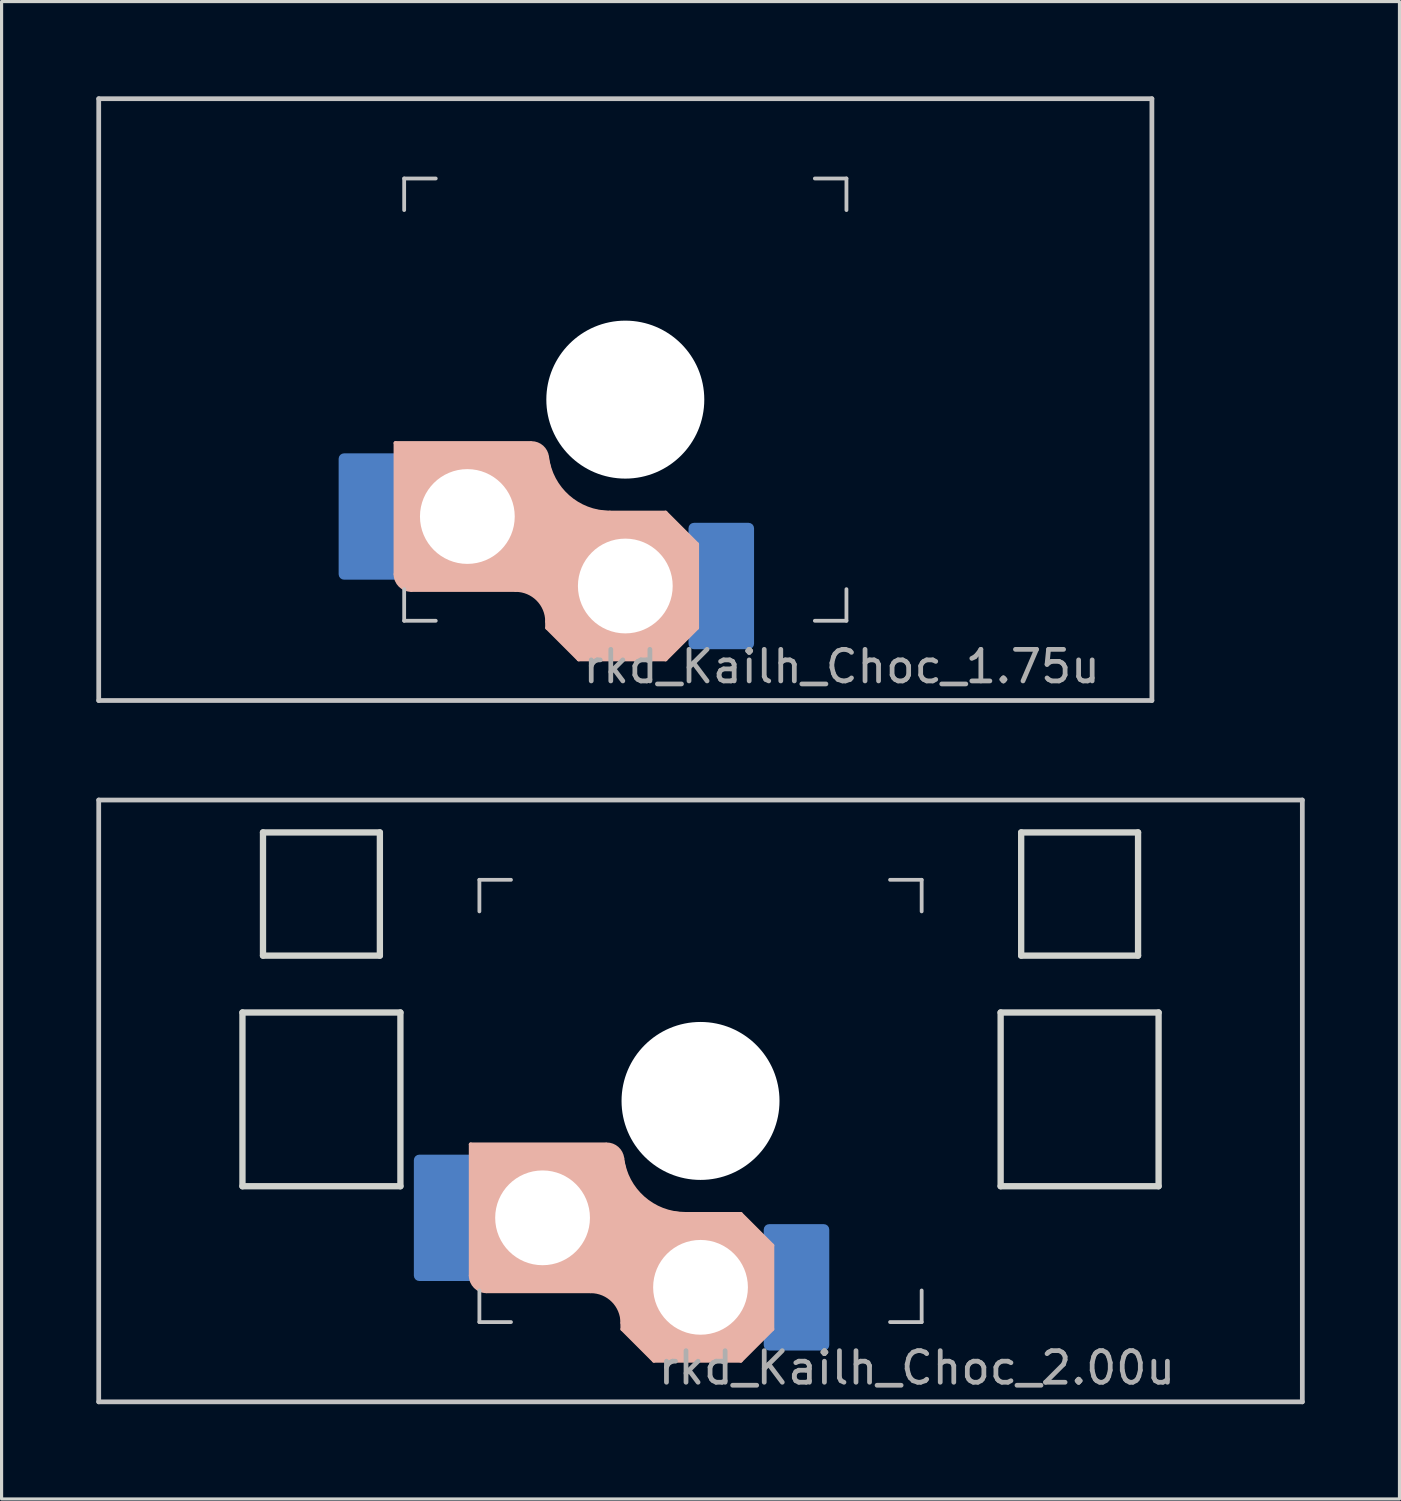
<source format=kicad_pcb>
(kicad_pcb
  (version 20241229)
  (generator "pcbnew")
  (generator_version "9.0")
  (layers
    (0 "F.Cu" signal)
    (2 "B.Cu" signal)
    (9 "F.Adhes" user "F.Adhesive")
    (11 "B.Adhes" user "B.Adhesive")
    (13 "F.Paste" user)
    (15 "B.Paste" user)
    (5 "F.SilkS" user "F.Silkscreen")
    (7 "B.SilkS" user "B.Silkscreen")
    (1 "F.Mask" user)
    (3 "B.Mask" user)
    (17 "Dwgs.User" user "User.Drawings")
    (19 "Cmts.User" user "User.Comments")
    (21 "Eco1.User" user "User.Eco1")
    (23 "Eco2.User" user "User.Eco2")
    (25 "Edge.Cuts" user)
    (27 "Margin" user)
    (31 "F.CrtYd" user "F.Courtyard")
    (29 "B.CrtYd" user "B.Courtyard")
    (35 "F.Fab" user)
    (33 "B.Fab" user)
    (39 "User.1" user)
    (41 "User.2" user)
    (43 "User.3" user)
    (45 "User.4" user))
  (footprint "rkd_Kailh_Choc_1.75u"
    (layer "F.Cu")
    (at 16.744 9.6)
    (property "Reference" "rkd_Kailh_Choc_1.75u" (at 6.85 8.45 0) (layer "F.Fab") (effects (font (size 1 1) (thickness 0.15))))
    (attr smd)
    (fp_line (start -7.275 1.375) (end -7.275 5.525) (stroke (width 0.12) (type solid)) (layer "B.SilkS"))
    (fp_line (start -6.775 6.025) (end -3.475 6.025) (stroke (width 0.12) (type solid)) (layer "B.SilkS"))
    (fp_line (start -3 1.375) (end -7.275 1.375) (stroke (width 0.12) (type solid)) (layer "B.SilkS"))
    (fp_line (start -2.475 7.225) (end -2.475 7.025) (stroke (width 0.12) (type solid)) (layer "B.SilkS"))
    (fp_line (start -1.475 8.225) (end -2.475 7.225) (stroke (width 0.12) (type solid)) (layer "B.SilkS"))
    (fp_line (start -0.489 3.575) (end 1.275 3.575) (stroke (width 0.12) (type solid)) (layer "B.SilkS"))
    (fp_line (start 1.275 3.575) (end 2.275 4.575) (stroke (width 0.12) (type solid)) (layer "B.SilkS"))
    (fp_line (start 1.275 8.225) (end -1.475 8.225) (stroke (width 0.12) (type solid)) (layer "B.SilkS"))
    (fp_line (start 2.275 4.575) (end 2.275 7.225) (stroke (width 0.12) (type solid)) (layer "B.SilkS"))
    (fp_line (start 2.275 7.225) (end 1.275 8.225) (stroke (width 0.12) (type solid)) (layer "B.SilkS"))
    (fp_arc (start -6.775 6.025) (mid -7.128553 5.878553) (end -7.275 5.525) (stroke (width 0.12) (type solid)) (layer "B.SilkS"))
    (fp_arc (start -3.475 6.025) (mid -2.767893 6.317893) (end -2.475 7.025) (stroke (width 0.12) (type solid)) (layer "B.SilkS"))
    (fp_arc (start -2.971387 1.375) (mid -2.63975 1.500812) (end -2.475008 1.814932) (stroke (width 0.12) (type solid)) (layer "B.SilkS"))
    (fp_arc (start -0.489452 3.575) (mid -1.815999 3.071754) (end -2.474967 1.815274) (stroke (width 0.12) (type solid)) (layer "B.SilkS"))
    (fp_poly (pts (xy -2.673 1.538) (xy -2.475 1.815) (xy -2.305 2.527) (xy -1.849 3.109) (xy -1.217 3.492) (xy -0.489 3.575) (xy 1.275 3.575) (xy 2.275 4.575) (xy 2.275 7.225) (xy 1.275 8.225) (xy -1.475 8.225) (xy -2.475 7.225) (xy -2.5 6.623) (xy -2.733 6.283) (xy -3.073 6.055) (xy -3.475 6.025) (xy -6.775 6.025) (xy -7.093 5.843) (xy -7.275 5.525) (xy -7.275 1.375) (xy -2.971 1.375)) (stroke (width 0.08) (type solid)) (fill yes) (layer "B.SilkS"))
    (fp_line (start -16.669 -9.525) (end 16.669 -9.525) (stroke (width 0.15) (type solid)) (layer "Dwgs.User"))
    (fp_line (start -16.669 9.525) (end -16.669 -9.525) (stroke (width 0.15) (type solid)) (layer "Dwgs.User"))
    (fp_line (start -7 -7) (end -7 -6) (stroke (width 0.12) (type solid)) (layer "Dwgs.User"))
    (fp_line (start -7 -7) (end -6 -7) (stroke (width 0.12) (type solid)) (layer "Dwgs.User"))
    (fp_line (start -7 7) (end -7 6) (stroke (width 0.12) (type solid)) (layer "Dwgs.User"))
    (fp_line (start -7 7) (end -6 7) (stroke (width 0.12) (type solid)) (layer "Dwgs.User"))
    (fp_line (start 7 -7) (end 6 -7) (stroke (width 0.12) (type solid)) (layer "Dwgs.User"))
    (fp_line (start 7 -7) (end 7 -6) (stroke (width 0.12) (type solid)) (layer "Dwgs.User"))
    (fp_line (start 7 7) (end 6 7) (stroke (width 0.12) (type solid)) (layer "Dwgs.User"))
    (fp_line (start 7 7) (end 7 6) (stroke (width 0.12) (type solid)) (layer "Dwgs.User"))
    (fp_line (start 16.669 -9.525) (end 16.669 9.525) (stroke (width 0.15) (type solid)) (layer "Dwgs.User"))
    (fp_line (start 16.669 9.525) (end -16.669 9.525) (stroke (width 0.15) (type solid)) (layer "Dwgs.User"))
    (pad "" np_thru_hole circle (at -5 3.7) (size 3 3) (drill 3) (layers "*.Cu" "*.Mask"))
    (pad "" np_thru_hole circle (at 0 0 180) (size 5 5) (drill 5) (layers "*.Cu" "*.Mask"))
    (pad "" np_thru_hole circle (at 0 5.9) (size 3 3) (drill 3) (layers "*.Cu" "*.Mask"))
    (pad "1" smd roundrect (at -8.037 3.7 180) (size 2.075 4) (layers "B.Cu") (roundrect_rratio 0.083))
    (pad "2" smd roundrect (at 3.038 5.9 180) (size 2.075 4) (layers "B.Cu") (roundrect_rratio 0.083)))
  (footprint "rkd_Kailh_Choc_2.00u"
    (layer "F.Cu")
    (at 19.125 31.8)
    (property "Reference" "rkd_Kailh_Choc_2.00u" (at 6.85 8.45 0) (layer "F.Fab") (effects (font (size 1 1) (thickness 0.15))))
    (attr smd)
    (fp_line (start -7.275 1.375) (end -7.275 5.525) (stroke (width 0.12) (type solid)) (layer "B.SilkS"))
    (fp_line (start -6.775 6.025) (end -3.475 6.025) (stroke (width 0.12) (type solid)) (layer "B.SilkS"))
    (fp_line (start -3 1.375) (end -7.275 1.375) (stroke (width 0.12) (type solid)) (layer "B.SilkS"))
    (fp_line (start -2.475 7.225) (end -2.475 7.025) (stroke (width 0.12) (type solid)) (layer "B.SilkS"))
    (fp_line (start -1.475 8.225) (end -2.475 7.225) (stroke (width 0.12) (type solid)) (layer "B.SilkS"))
    (fp_line (start -0.489 3.575) (end 1.275 3.575) (stroke (width 0.12) (type solid)) (layer "B.SilkS"))
    (fp_line (start 1.275 3.575) (end 2.275 4.575) (stroke (width 0.12) (type solid)) (layer "B.SilkS"))
    (fp_line (start 1.275 8.225) (end -1.475 8.225) (stroke (width 0.12) (type solid)) (layer "B.SilkS"))
    (fp_line (start 2.275 4.575) (end 2.275 7.225) (stroke (width 0.12) (type solid)) (layer "B.SilkS"))
    (fp_line (start 2.275 7.225) (end 1.275 8.225) (stroke (width 0.12) (type solid)) (layer "B.SilkS"))
    (fp_arc (start -6.775 6.025) (mid -7.128553 5.878553) (end -7.275 5.525) (stroke (width 0.12) (type solid)) (layer "B.SilkS"))
    (fp_arc (start -3.475 6.025) (mid -2.767893 6.317893) (end -2.475 7.025) (stroke (width 0.12) (type solid)) (layer "B.SilkS"))
    (fp_arc (start -2.971387 1.375) (mid -2.63975 1.500812) (end -2.475008 1.814932) (stroke (width 0.12) (type solid)) (layer "B.SilkS"))
    (fp_arc (start -0.489452 3.575) (mid -1.815999 3.071754) (end -2.474967 1.815274) (stroke (width 0.12) (type solid)) (layer "B.SilkS"))
    (fp_poly (pts (xy -2.673 1.538) (xy -2.475 1.815) (xy -2.305 2.527) (xy -1.849 3.109) (xy -1.217 3.492) (xy -0.489 3.575) (xy 1.275 3.575) (xy 2.275 4.575) (xy 2.275 7.225) (xy 1.275 8.225) (xy -1.475 8.225) (xy -2.475 7.225) (xy -2.5 6.623) (xy -2.733 6.283) (xy -3.073 6.055) (xy -3.475 6.025) (xy -6.775 6.025) (xy -7.093 5.843) (xy -7.275 5.525) (xy -7.275 1.375) (xy -2.971 1.375)) (stroke (width 0.08) (type solid)) (fill yes) (layer "B.SilkS"))
    (fp_line (start -19.05 -9.525) (end 19.05 -9.525) (stroke (width 0.15) (type solid)) (layer "Dwgs.User"))
    (fp_line (start -19.05 9.525) (end -19.05 -9.525) (stroke (width 0.15) (type solid)) (layer "Dwgs.User"))
    (fp_line (start -7 -7) (end -7 -6) (stroke (width 0.12) (type solid)) (layer "Dwgs.User"))
    (fp_line (start -7 -7) (end -6 -7) (stroke (width 0.12) (type solid)) (layer "Dwgs.User"))
    (fp_line (start -7 7) (end -7 6) (stroke (width 0.12) (type solid)) (layer "Dwgs.User"))
    (fp_line (start -7 7) (end -6 7) (stroke (width 0.12) (type solid)) (layer "Dwgs.User"))
    (fp_line (start 7 -7) (end 6 -7) (stroke (width 0.12) (type solid)) (layer "Dwgs.User"))
    (fp_line (start 7 -7) (end 7 -6) (stroke (width 0.12) (type solid)) (layer "Dwgs.User"))
    (fp_line (start 7 7) (end 6 7) (stroke (width 0.12) (type solid)) (layer "Dwgs.User"))
    (fp_line (start 7 7) (end 7 6) (stroke (width 0.12) (type solid)) (layer "Dwgs.User"))
    (fp_line (start 19.05 -9.525) (end 19.05 9.525) (stroke (width 0.15) (type solid)) (layer "Dwgs.User"))
    (fp_line (start 19.05 9.525) (end -19.05 9.525) (stroke (width 0.15) (type solid)) (layer "Dwgs.User"))
    (fp_line (start -14.5 -2.8) (end -9.5 -2.8) (stroke (width 0.2) (type solid)) (layer "Edge.Cuts"))
    (fp_line (start -14.5 2.7) (end -14.5 -2.8) (stroke (width 0.2) (type solid)) (layer "Edge.Cuts"))
    (fp_line (start -13.85 -8.5) (end -10.15 -8.5) (stroke (width 0.2) (type solid)) (layer "Edge.Cuts"))
    (fp_line (start -13.85 -4.6) (end -13.85 -8.5) (stroke (width 0.2) (type solid)) (layer "Edge.Cuts"))
    (fp_line (start -10.15 -8.5) (end -10.15 -4.6) (stroke (width 0.2) (type solid)) (layer "Edge.Cuts"))
    (fp_line (start -10.15 -4.6) (end -13.85 -4.6) (stroke (width 0.2) (type solid)) (layer "Edge.Cuts"))
    (fp_line (start -9.5 -2.8) (end -9.5 2.7) (stroke (width 0.2) (type solid)) (layer "Edge.Cuts"))
    (fp_line (start -9.5 2.7) (end -14.5 2.7) (stroke (width 0.2) (type solid)) (layer "Edge.Cuts"))
    (fp_line (start 9.5 -2.8) (end 9.5 2.7) (stroke (width 0.2) (type solid)) (layer "Edge.Cuts"))
    (fp_line (start 9.5 2.7) (end 14.5 2.7) (stroke (width 0.2) (type solid)) (layer "Edge.Cuts"))
    (fp_line (start 10.15 -8.5) (end 10.15 -4.6) (stroke (width 0.2) (type solid)) (layer "Edge.Cuts"))
    (fp_line (start 10.15 -4.6) (end 13.85 -4.6) (stroke (width 0.2) (type solid)) (layer "Edge.Cuts"))
    (fp_line (start 13.85 -8.5) (end 10.15 -8.5) (stroke (width 0.2) (type solid)) (layer "Edge.Cuts"))
    (fp_line (start 13.85 -8.5) (end 13.85 -4.6) (stroke (width 0.2) (type solid)) (layer "Edge.Cuts"))
    (fp_line (start 14.5 -2.8) (end 9.5 -2.8) (stroke (width 0.2) (type solid)) (layer "Edge.Cuts"))
    (fp_line (start 14.5 2.7) (end 14.5 -2.8) (stroke (width 0.2) (type solid)) (layer "Edge.Cuts"))
    (pad "" np_thru_hole circle (at -5 3.7) (size 3 3) (drill 3) (layers "*.Cu" "*.Mask"))
    (pad "" np_thru_hole circle (at 0 0 180) (size 5 5) (drill 5) (layers "*.Cu" "*.Mask"))
    (pad "" np_thru_hole circle (at 0 5.9) (size 3 3) (drill 3) (layers "*.Cu" "*.Mask"))
    (pad "1" smd roundrect (at -8.037 3.7 180) (size 2.075 4) (layers "B.Cu") (roundrect_rratio 0.083))
    (pad "2" smd roundrect (at 3.038 5.9 180) (size 2.075 4) (layers "B.Cu") (roundrect_rratio 0.083)))
  (gr_rect
    (start -3 -3)
    (end 41.25 44.4)
    (stroke (width 0.1) (type default))
    (fill no)
    (layer "Edge.Cuts")))
</source>
